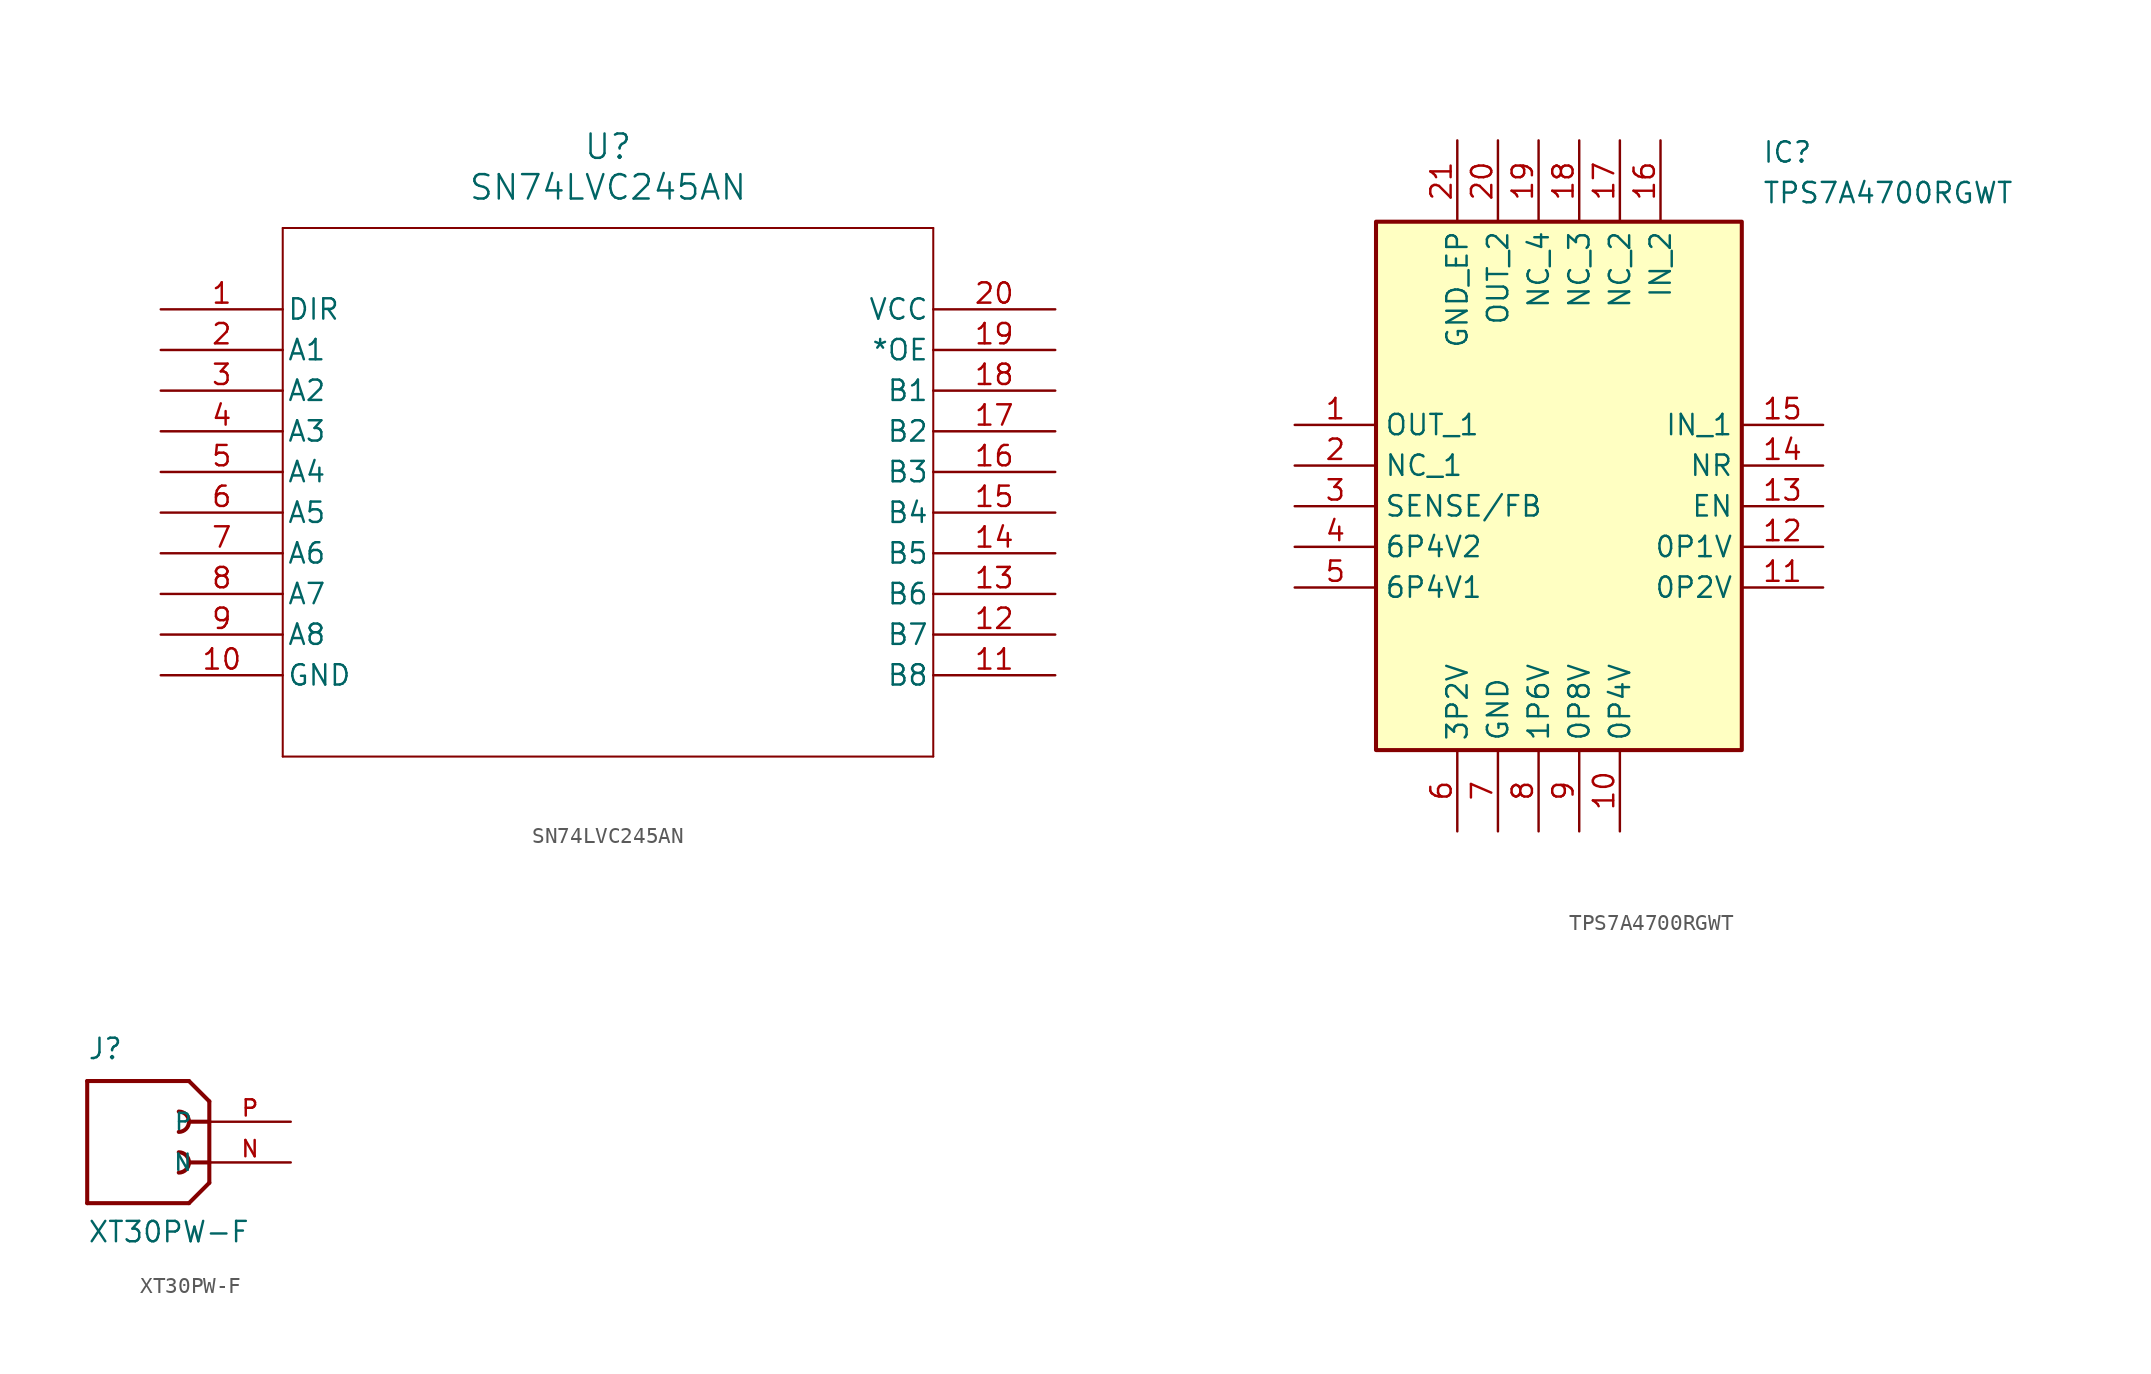
<source format=kicad_sym>
(kicad_symbol_lib
  (version 20220914)
  (generator kicad_symbol_editor)
  (symbol "SN74LVC245AN"
    (pin_names
      (offset 0.254))
    (property "Reference" "U"
      (at 27.94 10.16 0)
      (effects (font (size 1.524 1.524))))
    (property "Value" "SN74LVC245AN"
      (at 27.94 7.62 0)
      (effects (font (size 1.524 1.524))))
    (property "ki_locked" ""
      (at 0 0 0)
      (effects (font (size 1.27 1.27))))
    (symbol "SN74LVC245AN_0_1"
      (polyline (pts (xy 7.62 -27.94) (xy 48.26 -27.94)) (stroke (width 0.127) (type default)) (fill (type none)))
      (polyline (pts (xy 7.62 5.08) (xy 7.62 -27.94)) (stroke (width 0.127) (type default)) (fill (type none)))
      (polyline (pts (xy 48.26 -27.94) (xy 48.26 5.08)) (stroke (width 0.127) (type default)) (fill (type none)))
      (polyline (pts (xy 48.26 5.08) (xy 7.62 5.08)) (stroke (width 0.127) (type default)) (fill (type none)))
      (pin input line (at 0 0 0) (length 7.62) (name "DIR" (effects (font (size 1.27 1.27)))) (number "1" (effects (font (size 1.27 1.27)))))
      (pin power_in line (at 0 -22.86 0) (length 7.62) (name "GND" (effects (font (size 1.27 1.27)))) (number "10" (effects (font (size 1.27 1.27)))))
      (pin bidirectional line (at 55.88 -22.86 180) (length 7.62) (name "B8" (effects (font (size 1.27 1.27)))) (number "11" (effects (font (size 1.27 1.27)))))
      (pin bidirectional line (at 55.88 -20.32 180) (length 7.62) (name "B7" (effects (font (size 1.27 1.27)))) (number "12" (effects (font (size 1.27 1.27)))))
      (pin bidirectional line (at 55.88 -17.78 180) (length 7.62) (name "B6" (effects (font (size 1.27 1.27)))) (number "13" (effects (font (size 1.27 1.27)))))
      (pin bidirectional line (at 55.88 -15.24 180) (length 7.62) (name "B5" (effects (font (size 1.27 1.27)))) (number "14" (effects (font (size 1.27 1.27)))))
      (pin bidirectional line (at 55.88 -12.7 180) (length 7.62) (name "B4" (effects (font (size 1.27 1.27)))) (number "15" (effects (font (size 1.27 1.27)))))
      (pin bidirectional line (at 55.88 -10.16 180) (length 7.62) (name "B3" (effects (font (size 1.27 1.27)))) (number "16" (effects (font (size 1.27 1.27)))))
      (pin bidirectional line (at 55.88 -7.62 180) (length 7.62) (name "B2" (effects (font (size 1.27 1.27)))) (number "17" (effects (font (size 1.27 1.27)))))
      (pin bidirectional line (at 55.88 -5.08 180) (length 7.62) (name "B1" (effects (font (size 1.27 1.27)))) (number "18" (effects (font (size 1.27 1.27)))))
      (pin input line (at 55.88 -2.54 180) (length 7.62) (name "*OE" (effects (font (size 1.27 1.27)))) (number "19" (effects (font (size 1.27 1.27)))))
      (pin bidirectional line (at 0 -2.54 0) (length 7.62) (name "A1" (effects (font (size 1.27 1.27)))) (number "2" (effects (font (size 1.27 1.27)))))
      (pin power_in line (at 55.88 0 180) (length 7.62) (name "VCC" (effects (font (size 1.27 1.27)))) (number "20" (effects (font (size 1.27 1.27)))))
      (pin bidirectional line (at 0 -5.08 0) (length 7.62) (name "A2" (effects (font (size 1.27 1.27)))) (number "3" (effects (font (size 1.27 1.27)))))
      (pin bidirectional line (at 0 -7.62 0) (length 7.62) (name "A3" (effects (font (size 1.27 1.27)))) (number "4" (effects (font (size 1.27 1.27)))))
      (pin bidirectional line (at 0 -10.16 0) (length 7.62) (name "A4" (effects (font (size 1.27 1.27)))) (number "5" (effects (font (size 1.27 1.27)))))
      (pin bidirectional line (at 0 -12.7 0) (length 7.62) (name "A5" (effects (font (size 1.27 1.27)))) (number "6" (effects (font (size 1.27 1.27)))))
      (pin bidirectional line (at 0 -15.24 0) (length 7.62) (name "A6" (effects (font (size 1.27 1.27)))) (number "7" (effects (font (size 1.27 1.27)))))
      (pin bidirectional line (at 0 -17.78 0) (length 7.62) (name "A7" (effects (font (size 1.27 1.27)))) (number "8" (effects (font (size 1.27 1.27)))))
      (pin bidirectional line (at 0 -20.32 0) (length 7.62) (name "A8" (effects (font (size 1.27 1.27)))) (number "9" (effects (font (size 1.27 1.27)))))))
  (symbol "TPS7A4700RGWT"
    (property "Reference" "IC"
      (at 29.21 17.78 0)
      (effects (font (size 1.27 1.27)) (justify left top)))
    (property "Value" "TPS7A4700RGWT"
      (at 29.21 15.24 0)
      (effects (font (size 1.27 1.27)) (justify left top)))
    (symbol "TPS7A4700RGWT_1_1"
      (rectangle (start 5.08 12.7) (end 27.94 -20.32) (stroke (width 0.254) (type default)) (fill (type background)))
      (pin output line (at 0 0 0) (length 5.08) (name "OUT_1" (effects (font (size 1.27 1.27)))) (number "1" (effects (font (size 1.27 1.27)))))
      (pin passive line (at 20.32 -25.4 90) (length 5.08) (name "0P4V" (effects (font (size 1.27 1.27)))) (number "10" (effects (font (size 1.27 1.27)))))
      (pin passive line (at 33.02 -10.16 180) (length 5.08) (name "0P2V" (effects (font (size 1.27 1.27)))) (number "11" (effects (font (size 1.27 1.27)))))
      (pin passive line (at 33.02 -7.62 180) (length 5.08) (name "0P1V" (effects (font (size 1.27 1.27)))) (number "12" (effects (font (size 1.27 1.27)))))
      (pin passive line (at 33.02 -5.08 180) (length 5.08) (name "EN" (effects (font (size 1.27 1.27)))) (number "13" (effects (font (size 1.27 1.27)))))
      (pin passive line (at 33.02 -2.54 180) (length 5.08) (name "NR" (effects (font (size 1.27 1.27)))) (number "14" (effects (font (size 1.27 1.27)))))
      (pin input line (at 33.02 0 180) (length 5.08) (name "IN_1" (effects (font (size 1.27 1.27)))) (number "15" (effects (font (size 1.27 1.27)))))
      (pin input line (at 22.86 17.78 270) (length 5.08) (name "IN_2" (effects (font (size 1.27 1.27)))) (number "16" (effects (font (size 1.27 1.27)))))
      (pin passive line (at 20.32 17.78 270) (length 5.08) (name "NC_2" (effects (font (size 1.27 1.27)))) (number "17" (effects (font (size 1.27 1.27)))))
      (pin passive line (at 17.78 17.78 270) (length 5.08) (name "NC_3" (effects (font (size 1.27 1.27)))) (number "18" (effects (font (size 1.27 1.27)))))
      (pin passive line (at 15.24 17.78 270) (length 5.08) (name "NC_4" (effects (font (size 1.27 1.27)))) (number "19" (effects (font (size 1.27 1.27)))))
      (pin passive line (at 0 -2.54 0) (length 5.08) (name "NC_1" (effects (font (size 1.27 1.27)))) (number "2" (effects (font (size 1.27 1.27)))))
      (pin output line (at 12.7 17.78 270) (length 5.08) (name "OUT_2" (effects (font (size 1.27 1.27)))) (number "20" (effects (font (size 1.27 1.27)))))
      (pin power_in line (at 10.16 17.78 270) (length 5.08) (name "GND_EP" (effects (font (size 1.27 1.27)))) (number "21" (effects (font (size 1.27 1.27)))))
      (pin passive line (at 0 -5.08 0) (length 5.08) (name "SENSE/FB" (effects (font (size 1.27 1.27)))) (number "3" (effects (font (size 1.27 1.27)))))
      (pin passive line (at 0 -7.62 0) (length 5.08) (name "6P4V2" (effects (font (size 1.27 1.27)))) (number "4" (effects (font (size 1.27 1.27)))))
      (pin passive line (at 0 -10.16 0) (length 5.08) (name "6P4V1" (effects (font (size 1.27 1.27)))) (number "5" (effects (font (size 1.27 1.27)))))
      (pin passive line (at 10.16 -25.4 90) (length 5.08) (name "3P2V" (effects (font (size 1.27 1.27)))) (number "6" (effects (font (size 1.27 1.27)))))
      (pin power_in line (at 12.7 -25.4 90) (length 5.08) (name "GND" (effects (font (size 1.27 1.27)))) (number "7" (effects (font (size 1.27 1.27)))))
      (pin passive line (at 15.24 -25.4 90) (length 5.08) (name "1P6V" (effects (font (size 1.27 1.27)))) (number "8" (effects (font (size 1.27 1.27)))))
      (pin passive line (at 17.78 -25.4 90) (length 5.08) (name "0P8V" (effects (font (size 1.27 1.27)))) (number "9" (effects (font (size 1.27 1.27)))))))
  (symbol "XT30PW-F"
    (pin_names
      (offset 1.016))
    (property "Reference" "J"
      (at -7.62 3.81 0)
      (effects (font (size 1.27 1.27)) (justify left bottom)))
    (property "Value" "XT30PW-F"
      (at -7.62 -7.62 0)
      (effects (font (size 1.27 1.27)) (justify left bottom)))
    (symbol "XT30PW-F_0_0"
      (arc (start -1.905 -3.175) (mid -1.2727 -2.54) (end -1.905 -1.905) (stroke (width 0.254) (type default)) (fill (type none)))
      (arc (start -1.905 -0.635) (mid -1.2727 0) (end -1.905 0.635) (stroke (width 0.254) (type default)) (fill (type none)))
      (polyline (pts (xy -7.62 -5.08) (xy -7.62 2.54)) (stroke (width 0.254) (type default)) (fill (type none)))
      (polyline (pts (xy -7.62 2.54) (xy -1.27 2.54)) (stroke (width 0.254) (type default)) (fill (type none)))
      (polyline (pts (xy -1.27 -5.08) (xy -7.62 -5.08)) (stroke (width 0.254) (type default)) (fill (type none)))
      (polyline (pts (xy 0 -3.81) (xy -1.27 -5.08)) (stroke (width 0.254) (type default)) (fill (type none)))
      (polyline (pts (xy 0 -2.54) (xy -1.27 -2.54)) (stroke (width 0.254) (type default)) (fill (type none)))
      (polyline (pts (xy 0 0) (xy -1.27 0)) (stroke (width 0.254) (type default)) (fill (type none)))
      (polyline (pts (xy 0 0) (xy 0 -3.81)) (stroke (width 0.254) (type default)) (fill (type none)))
      (polyline (pts (xy 0 1.27) (xy -1.27 2.54)) (stroke (width 0.254) (type default)) (fill (type none)))
      (polyline (pts (xy 0 1.27) (xy 0 0)) (stroke (width 0.254) (type default)) (fill (type none)))
      (pin power_in line (at 5.08 -2.54 180) (length 5.08) (name "N" (effects (font (size 1.016 1.016)))) (number "N" (effects (font (size 1.016 1.016)))))
      (pin power_in line (at 5.08 0 180) (length 5.08) (name "P" (effects (font (size 1.016 1.016)))) (number "P" (effects (font (size 1.016 1.016))))))))
</source>
